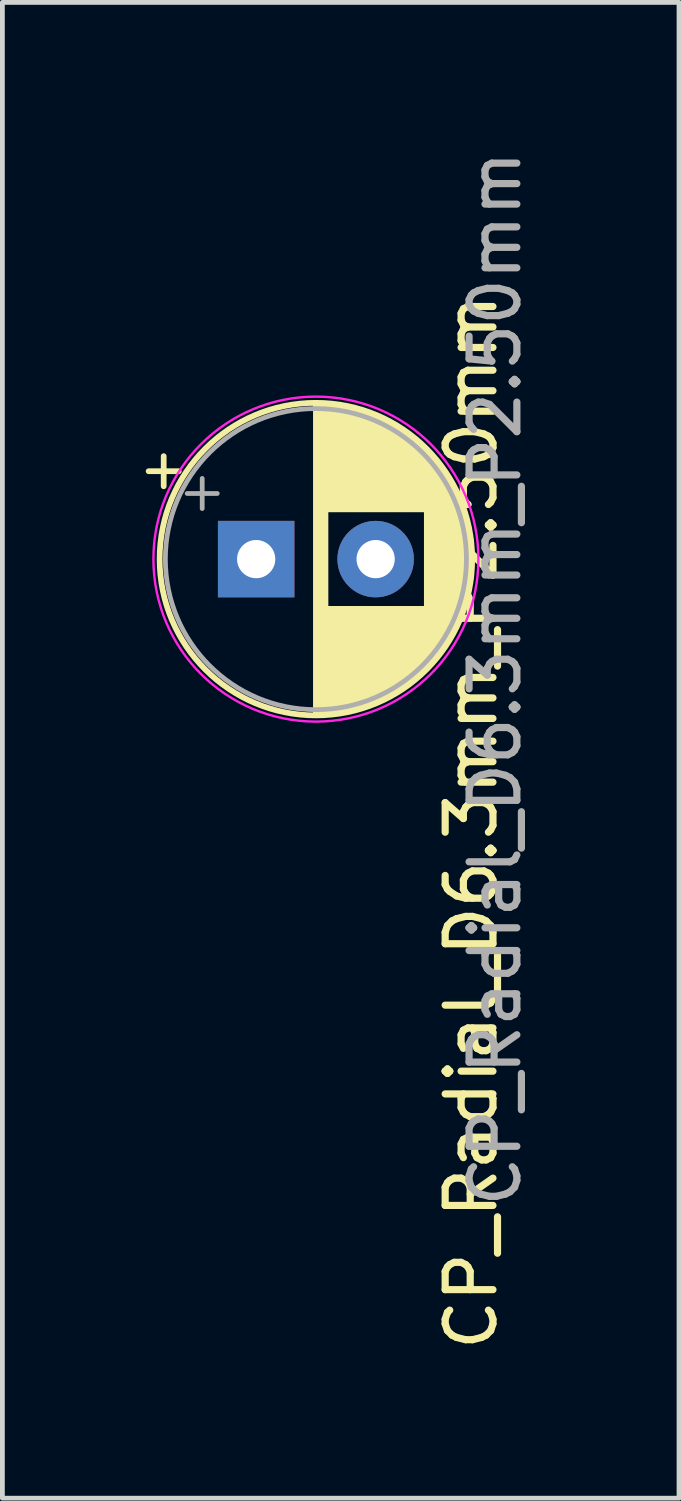
<source format=kicad_pcb>
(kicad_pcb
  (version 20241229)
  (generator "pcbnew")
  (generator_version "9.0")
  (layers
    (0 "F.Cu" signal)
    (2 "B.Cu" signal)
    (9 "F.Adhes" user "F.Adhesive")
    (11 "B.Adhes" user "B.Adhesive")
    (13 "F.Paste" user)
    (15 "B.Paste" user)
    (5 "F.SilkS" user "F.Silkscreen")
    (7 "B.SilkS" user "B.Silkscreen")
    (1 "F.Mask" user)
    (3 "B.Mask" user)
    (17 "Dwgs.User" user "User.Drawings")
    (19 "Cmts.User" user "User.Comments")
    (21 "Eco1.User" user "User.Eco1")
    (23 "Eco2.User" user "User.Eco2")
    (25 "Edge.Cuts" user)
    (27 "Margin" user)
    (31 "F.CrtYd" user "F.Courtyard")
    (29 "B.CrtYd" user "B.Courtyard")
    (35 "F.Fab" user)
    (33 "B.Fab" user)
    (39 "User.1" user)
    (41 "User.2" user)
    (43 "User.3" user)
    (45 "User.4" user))
  (footprint "CP_Radial_D6.3mm_P2.50mm"
    (layer "F.Cu")
    (at 2.31 8.649)
    (property "Reference" "CP_Radial_D6.3mm_P2.50mm" (at 4.5 5.5 270) (layer "F.SilkS") (effects (font (size 1 1) (thickness 0.15))))
    (attr through_hole)
    (fp_line (start -2.25 -1.839) (end -1.62 -1.839) (stroke (width 0.12) (type solid)) (layer "F.SilkS"))
    (fp_line (start -1.935 -2.154) (end -1.935 -1.524) (stroke (width 0.12) (type solid)) (layer "F.SilkS"))
    (fp_line (start 1.25 -3.23) (end 1.25 3.23) (stroke (width 0.12) (type solid)) (layer "F.SilkS"))
    (fp_line (start 1.29 -3.23) (end 1.29 3.23) (stroke (width 0.12) (type solid)) (layer "F.SilkS"))
    (fp_line (start 1.33 -3.23) (end 1.33 3.23) (stroke (width 0.12) (type solid)) (layer "F.SilkS"))
    (fp_line (start 1.37 -3.228) (end 1.37 3.228) (stroke (width 0.12) (type solid)) (layer "F.SilkS"))
    (fp_line (start 1.41 -3.227) (end 1.41 3.227) (stroke (width 0.12) (type solid)) (layer "F.SilkS"))
    (fp_line (start 1.45 -3.224) (end 1.45 3.224) (stroke (width 0.12) (type solid)) (layer "F.SilkS"))
    (fp_line (start 1.49 -3.222) (end 1.49 -1.04) (stroke (width 0.12) (type solid)) (layer "F.SilkS"))
    (fp_line (start 1.49 1.04) (end 1.49 3.222) (stroke (width 0.12) (type solid)) (layer "F.SilkS"))
    (fp_line (start 1.53 -3.218) (end 1.53 -1.04) (stroke (width 0.12) (type solid)) (layer "F.SilkS"))
    (fp_line (start 1.53 1.04) (end 1.53 3.218) (stroke (width 0.12) (type solid)) (layer "F.SilkS"))
    (fp_line (start 1.57 -3.215) (end 1.57 -1.04) (stroke (width 0.12) (type solid)) (layer "F.SilkS"))
    (fp_line (start 1.57 1.04) (end 1.57 3.215) (stroke (width 0.12) (type solid)) (layer "F.SilkS"))
    (fp_line (start 1.61 -3.211) (end 1.61 -1.04) (stroke (width 0.12) (type solid)) (layer "F.SilkS"))
    (fp_line (start 1.61 1.04) (end 1.61 3.211) (stroke (width 0.12) (type solid)) (layer "F.SilkS"))
    (fp_line (start 1.65 -3.206) (end 1.65 -1.04) (stroke (width 0.12) (type solid)) (layer "F.SilkS"))
    (fp_line (start 1.65 1.04) (end 1.65 3.206) (stroke (width 0.12) (type solid)) (layer "F.SilkS"))
    (fp_line (start 1.69 -3.201) (end 1.69 -1.04) (stroke (width 0.12) (type solid)) (layer "F.SilkS"))
    (fp_line (start 1.69 1.04) (end 1.69 3.201) (stroke (width 0.12) (type solid)) (layer "F.SilkS"))
    (fp_line (start 1.73 -3.195) (end 1.73 -1.04) (stroke (width 0.12) (type solid)) (layer "F.SilkS"))
    (fp_line (start 1.73 1.04) (end 1.73 3.195) (stroke (width 0.12) (type solid)) (layer "F.SilkS"))
    (fp_line (start 1.77 -3.189) (end 1.77 -1.04) (stroke (width 0.12) (type solid)) (layer "F.SilkS"))
    (fp_line (start 1.77 1.04) (end 1.77 3.189) (stroke (width 0.12) (type solid)) (layer "F.SilkS"))
    (fp_line (start 1.81 -3.182) (end 1.81 -1.04) (stroke (width 0.12) (type solid)) (layer "F.SilkS"))
    (fp_line (start 1.81 1.04) (end 1.81 3.182) (stroke (width 0.12) (type solid)) (layer "F.SilkS"))
    (fp_line (start 1.85 -3.175) (end 1.85 -1.04) (stroke (width 0.12) (type solid)) (layer "F.SilkS"))
    (fp_line (start 1.85 1.04) (end 1.85 3.175) (stroke (width 0.12) (type solid)) (layer "F.SilkS"))
    (fp_line (start 1.89 -3.167) (end 1.89 -1.04) (stroke (width 0.12) (type solid)) (layer "F.SilkS"))
    (fp_line (start 1.89 1.04) (end 1.89 3.167) (stroke (width 0.12) (type solid)) (layer "F.SilkS"))
    (fp_line (start 1.93 -3.159) (end 1.93 -1.04) (stroke (width 0.12) (type solid)) (layer "F.SilkS"))
    (fp_line (start 1.93 1.04) (end 1.93 3.159) (stroke (width 0.12) (type solid)) (layer "F.SilkS"))
    (fp_line (start 1.971 -3.15) (end 1.971 -1.04) (stroke (width 0.12) (type solid)) (layer "F.SilkS"))
    (fp_line (start 1.971 1.04) (end 1.971 3.15) (stroke (width 0.12) (type solid)) (layer "F.SilkS"))
    (fp_line (start 2.011 -3.141) (end 2.011 -1.04) (stroke (width 0.12) (type solid)) (layer "F.SilkS"))
    (fp_line (start 2.011 1.04) (end 2.011 3.141) (stroke (width 0.12) (type solid)) (layer "F.SilkS"))
    (fp_line (start 2.051 -3.131) (end 2.051 -1.04) (stroke (width 0.12) (type solid)) (layer "F.SilkS"))
    (fp_line (start 2.051 1.04) (end 2.051 3.131) (stroke (width 0.12) (type solid)) (layer "F.SilkS"))
    (fp_line (start 2.091 -3.121) (end 2.091 -1.04) (stroke (width 0.12) (type solid)) (layer "F.SilkS"))
    (fp_line (start 2.091 1.04) (end 2.091 3.121) (stroke (width 0.12) (type solid)) (layer "F.SilkS"))
    (fp_line (start 2.131 -3.11) (end 2.131 -1.04) (stroke (width 0.12) (type solid)) (layer "F.SilkS"))
    (fp_line (start 2.131 1.04) (end 2.131 3.11) (stroke (width 0.12) (type solid)) (layer "F.SilkS"))
    (fp_line (start 2.171 -3.098) (end 2.171 -1.04) (stroke (width 0.12) (type solid)) (layer "F.SilkS"))
    (fp_line (start 2.171 1.04) (end 2.171 3.098) (stroke (width 0.12) (type solid)) (layer "F.SilkS"))
    (fp_line (start 2.211 -3.086) (end 2.211 -1.04) (stroke (width 0.12) (type solid)) (layer "F.SilkS"))
    (fp_line (start 2.211 1.04) (end 2.211 3.086) (stroke (width 0.12) (type solid)) (layer "F.SilkS"))
    (fp_line (start 2.251 -3.074) (end 2.251 -1.04) (stroke (width 0.12) (type solid)) (layer "F.SilkS"))
    (fp_line (start 2.251 1.04) (end 2.251 3.074) (stroke (width 0.12) (type solid)) (layer "F.SilkS"))
    (fp_line (start 2.291 -3.061) (end 2.291 -1.04) (stroke (width 0.12) (type solid)) (layer "F.SilkS"))
    (fp_line (start 2.291 1.04) (end 2.291 3.061) (stroke (width 0.12) (type solid)) (layer "F.SilkS"))
    (fp_line (start 2.331 -3.047) (end 2.331 -1.04) (stroke (width 0.12) (type solid)) (layer "F.SilkS"))
    (fp_line (start 2.331 1.04) (end 2.331 3.047) (stroke (width 0.12) (type solid)) (layer "F.SilkS"))
    (fp_line (start 2.371 -3.033) (end 2.371 -1.04) (stroke (width 0.12) (type solid)) (layer "F.SilkS"))
    (fp_line (start 2.371 1.04) (end 2.371 3.033) (stroke (width 0.12) (type solid)) (layer "F.SilkS"))
    (fp_line (start 2.411 -3.018) (end 2.411 -1.04) (stroke (width 0.12) (type solid)) (layer "F.SilkS"))
    (fp_line (start 2.411 1.04) (end 2.411 3.018) (stroke (width 0.12) (type solid)) (layer "F.SilkS"))
    (fp_line (start 2.451 -3.002) (end 2.451 -1.04) (stroke (width 0.12) (type solid)) (layer "F.SilkS"))
    (fp_line (start 2.451 1.04) (end 2.451 3.002) (stroke (width 0.12) (type solid)) (layer "F.SilkS"))
    (fp_line (start 2.491 -2.986) (end 2.491 -1.04) (stroke (width 0.12) (type solid)) (layer "F.SilkS"))
    (fp_line (start 2.491 1.04) (end 2.491 2.986) (stroke (width 0.12) (type solid)) (layer "F.SilkS"))
    (fp_line (start 2.531 -2.97) (end 2.531 -1.04) (stroke (width 0.12) (type solid)) (layer "F.SilkS"))
    (fp_line (start 2.531 1.04) (end 2.531 2.97) (stroke (width 0.12) (type solid)) (layer "F.SilkS"))
    (fp_line (start 2.571 -2.952) (end 2.571 -1.04) (stroke (width 0.12) (type solid)) (layer "F.SilkS"))
    (fp_line (start 2.571 1.04) (end 2.571 2.952) (stroke (width 0.12) (type solid)) (layer "F.SilkS"))
    (fp_line (start 2.611 -2.934) (end 2.611 -1.04) (stroke (width 0.12) (type solid)) (layer "F.SilkS"))
    (fp_line (start 2.611 1.04) (end 2.611 2.934) (stroke (width 0.12) (type solid)) (layer "F.SilkS"))
    (fp_line (start 2.651 -2.916) (end 2.651 -1.04) (stroke (width 0.12) (type solid)) (layer "F.SilkS"))
    (fp_line (start 2.651 1.04) (end 2.651 2.916) (stroke (width 0.12) (type solid)) (layer "F.SilkS"))
    (fp_line (start 2.691 -2.896) (end 2.691 -1.04) (stroke (width 0.12) (type solid)) (layer "F.SilkS"))
    (fp_line (start 2.691 1.04) (end 2.691 2.896) (stroke (width 0.12) (type solid)) (layer "F.SilkS"))
    (fp_line (start 2.731 -2.876) (end 2.731 -1.04) (stroke (width 0.12) (type solid)) (layer "F.SilkS"))
    (fp_line (start 2.731 1.04) (end 2.731 2.876) (stroke (width 0.12) (type solid)) (layer "F.SilkS"))
    (fp_line (start 2.771 -2.856) (end 2.771 -1.04) (stroke (width 0.12) (type solid)) (layer "F.SilkS"))
    (fp_line (start 2.771 1.04) (end 2.771 2.856) (stroke (width 0.12) (type solid)) (layer "F.SilkS"))
    (fp_line (start 2.811 -2.834) (end 2.811 -1.04) (stroke (width 0.12) (type solid)) (layer "F.SilkS"))
    (fp_line (start 2.811 1.04) (end 2.811 2.834) (stroke (width 0.12) (type solid)) (layer "F.SilkS"))
    (fp_line (start 2.851 -2.812) (end 2.851 -1.04) (stroke (width 0.12) (type solid)) (layer "F.SilkS"))
    (fp_line (start 2.851 1.04) (end 2.851 2.812) (stroke (width 0.12) (type solid)) (layer "F.SilkS"))
    (fp_line (start 2.891 -2.79) (end 2.891 -1.04) (stroke (width 0.12) (type solid)) (layer "F.SilkS"))
    (fp_line (start 2.891 1.04) (end 2.891 2.79) (stroke (width 0.12) (type solid)) (layer "F.SilkS"))
    (fp_line (start 2.931 -2.766) (end 2.931 -1.04) (stroke (width 0.12) (type solid)) (layer "F.SilkS"))
    (fp_line (start 2.931 1.04) (end 2.931 2.766) (stroke (width 0.12) (type solid)) (layer "F.SilkS"))
    (fp_line (start 2.971 -2.742) (end 2.971 -1.04) (stroke (width 0.12) (type solid)) (layer "F.SilkS"))
    (fp_line (start 2.971 1.04) (end 2.971 2.742) (stroke (width 0.12) (type solid)) (layer "F.SilkS"))
    (fp_line (start 3.011 -2.716) (end 3.011 -1.04) (stroke (width 0.12) (type solid)) (layer "F.SilkS"))
    (fp_line (start 3.011 1.04) (end 3.011 2.716) (stroke (width 0.12) (type solid)) (layer "F.SilkS"))
    (fp_line (start 3.051 -2.69) (end 3.051 -1.04) (stroke (width 0.12) (type solid)) (layer "F.SilkS"))
    (fp_line (start 3.051 1.04) (end 3.051 2.69) (stroke (width 0.12) (type solid)) (layer "F.SilkS"))
    (fp_line (start 3.091 -2.664) (end 3.091 -1.04) (stroke (width 0.12) (type solid)) (layer "F.SilkS"))
    (fp_line (start 3.091 1.04) (end 3.091 2.664) (stroke (width 0.12) (type solid)) (layer "F.SilkS"))
    (fp_line (start 3.131 -2.636) (end 3.131 -1.04) (stroke (width 0.12) (type solid)) (layer "F.SilkS"))
    (fp_line (start 3.131 1.04) (end 3.131 2.636) (stroke (width 0.12) (type solid)) (layer "F.SilkS"))
    (fp_line (start 3.171 -2.607) (end 3.171 -1.04) (stroke (width 0.12) (type solid)) (layer "F.SilkS"))
    (fp_line (start 3.171 1.04) (end 3.171 2.607) (stroke (width 0.12) (type solid)) (layer "F.SilkS"))
    (fp_line (start 3.211 -2.578) (end 3.211 -1.04) (stroke (width 0.12) (type solid)) (layer "F.SilkS"))
    (fp_line (start 3.211 1.04) (end 3.211 2.578) (stroke (width 0.12) (type solid)) (layer "F.SilkS"))
    (fp_line (start 3.251 -2.548) (end 3.251 -1.04) (stroke (width 0.12) (type solid)) (layer "F.SilkS"))
    (fp_line (start 3.251 1.04) (end 3.251 2.548) (stroke (width 0.12) (type solid)) (layer "F.SilkS"))
    (fp_line (start 3.291 -2.516) (end 3.291 -1.04) (stroke (width 0.12) (type solid)) (layer "F.SilkS"))
    (fp_line (start 3.291 1.04) (end 3.291 2.516) (stroke (width 0.12) (type solid)) (layer "F.SilkS"))
    (fp_line (start 3.331 -2.484) (end 3.331 -1.04) (stroke (width 0.12) (type solid)) (layer "F.SilkS"))
    (fp_line (start 3.331 1.04) (end 3.331 2.484) (stroke (width 0.12) (type solid)) (layer "F.SilkS"))
    (fp_line (start 3.371 -2.45) (end 3.371 -1.04) (stroke (width 0.12) (type solid)) (layer "F.SilkS"))
    (fp_line (start 3.371 1.04) (end 3.371 2.45) (stroke (width 0.12) (type solid)) (layer "F.SilkS"))
    (fp_line (start 3.411 -2.416) (end 3.411 -1.04) (stroke (width 0.12) (type solid)) (layer "F.SilkS"))
    (fp_line (start 3.411 1.04) (end 3.411 2.416) (stroke (width 0.12) (type solid)) (layer "F.SilkS"))
    (fp_line (start 3.451 -2.38) (end 3.451 -1.04) (stroke (width 0.12) (type solid)) (layer "F.SilkS"))
    (fp_line (start 3.451 1.04) (end 3.451 2.38) (stroke (width 0.12) (type solid)) (layer "F.SilkS"))
    (fp_line (start 3.491 -2.343) (end 3.491 -1.04) (stroke (width 0.12) (type solid)) (layer "F.SilkS"))
    (fp_line (start 3.491 1.04) (end 3.491 2.343) (stroke (width 0.12) (type solid)) (layer "F.SilkS"))
    (fp_line (start 3.531 -2.305) (end 3.531 -1.04) (stroke (width 0.12) (type solid)) (layer "F.SilkS"))
    (fp_line (start 3.531 1.04) (end 3.531 2.305) (stroke (width 0.12) (type solid)) (layer "F.SilkS"))
    (fp_line (start 3.571 -2.265) (end 3.571 2.265) (stroke (width 0.12) (type solid)) (layer "F.SilkS"))
    (fp_line (start 3.611 -2.224) (end 3.611 2.224) (stroke (width 0.12) (type solid)) (layer "F.SilkS"))
    (fp_line (start 3.651 -2.182) (end 3.651 2.182) (stroke (width 0.12) (type solid)) (layer "F.SilkS"))
    (fp_line (start 3.691 -2.137) (end 3.691 2.137) (stroke (width 0.12) (type solid)) (layer "F.SilkS"))
    (fp_line (start 3.731 -2.092) (end 3.731 2.092) (stroke (width 0.12) (type solid)) (layer "F.SilkS"))
    (fp_line (start 3.771 -2.044) (end 3.771 2.044) (stroke (width 0.12) (type solid)) (layer "F.SilkS"))
    (fp_line (start 3.811 -1.995) (end 3.811 1.995) (stroke (width 0.12) (type solid)) (layer "F.SilkS"))
    (fp_line (start 3.851 -1.944) (end 3.851 1.944) (stroke (width 0.12) (type solid)) (layer "F.SilkS"))
    (fp_line (start 3.891 -1.89) (end 3.891 1.89) (stroke (width 0.12) (type solid)) (layer "F.SilkS"))
    (fp_line (start 3.931 -1.834) (end 3.931 1.834) (stroke (width 0.12) (type solid)) (layer "F.SilkS"))
    (fp_line (start 3.971 -1.776) (end 3.971 1.776) (stroke (width 0.12) (type solid)) (layer "F.SilkS"))
    (fp_line (start 4.011 -1.714) (end 4.011 1.714) (stroke (width 0.12) (type solid)) (layer "F.SilkS"))
    (fp_line (start 4.051 -1.65) (end 4.051 1.65) (stroke (width 0.12) (type solid)) (layer "F.SilkS"))
    (fp_line (start 4.091 -1.581) (end 4.091 1.581) (stroke (width 0.12) (type solid)) (layer "F.SilkS"))
    (fp_line (start 4.131 -1.509) (end 4.131 1.509) (stroke (width 0.12) (type solid)) (layer "F.SilkS"))
    (fp_line (start 4.171 -1.432) (end 4.171 1.432) (stroke (width 0.12) (type solid)) (layer "F.SilkS"))
    (fp_line (start 4.211 -1.35) (end 4.211 1.35) (stroke (width 0.12) (type solid)) (layer "F.SilkS"))
    (fp_line (start 4.251 -1.262) (end 4.251 1.262) (stroke (width 0.12) (type solid)) (layer "F.SilkS"))
    (fp_line (start 4.291 -1.165) (end 4.291 1.165) (stroke (width 0.12) (type solid)) (layer "F.SilkS"))
    (fp_line (start 4.331 -1.059) (end 4.331 1.059) (stroke (width 0.12) (type solid)) (layer "F.SilkS"))
    (fp_line (start 4.371 -0.94) (end 4.371 0.94) (stroke (width 0.12) (type solid)) (layer "F.SilkS"))
    (fp_line (start 4.411 -0.802) (end 4.411 0.802) (stroke (width 0.12) (type solid)) (layer "F.SilkS"))
    (fp_line (start 4.451 -0.633) (end 4.451 0.633) (stroke (width 0.12) (type solid)) (layer "F.SilkS"))
    (fp_line (start 4.491 -0.402) (end 4.491 0.402) (stroke (width 0.12) (type solid)) (layer "F.SilkS"))
    (fp_circle (center 1.25 0) (end 4.52 0) (stroke (width 0.12) (type solid)) (fill no) (layer "F.SilkS"))
    (fp_circle (center 1.25 0) (end 4.65 0) (stroke (width 0.05) (type solid)) (fill no) (layer "F.CrtYd"))
    (fp_line (start -1.444 -1.373) (end -0.814 -1.373) (stroke (width 0.1) (type solid)) (layer "F.Fab"))
    (fp_line (start -1.129 -1.688) (end -1.129 -1.058) (stroke (width 0.1) (type solid)) (layer "F.Fab"))
    (fp_circle (center 1.25 0) (end 4.4 0) (stroke (width 0.1) (type solid)) (fill no) (layer "F.Fab"))
    (fp_text user "${REFERENCE}" (at 5 2.5 270) (layer "F.Fab") (effects (font (size 1 1) (thickness 0.15))))
    (pad "1" thru_hole rect (at 0 0) (size 1.6 1.6) (drill 0.8) (layers "*.Cu" "*.Mask"))
    (pad "2" thru_hole circle (at 2.5 0) (size 1.6 1.6) (drill 0.8) (layers "*.Cu" "*.Mask")))
  (gr_rect
    (start -3 -3)
    (end 11.158 28.298)
    (stroke (width 0.1) (type default))
    (fill no)
    (layer "Edge.Cuts")))
</source>
